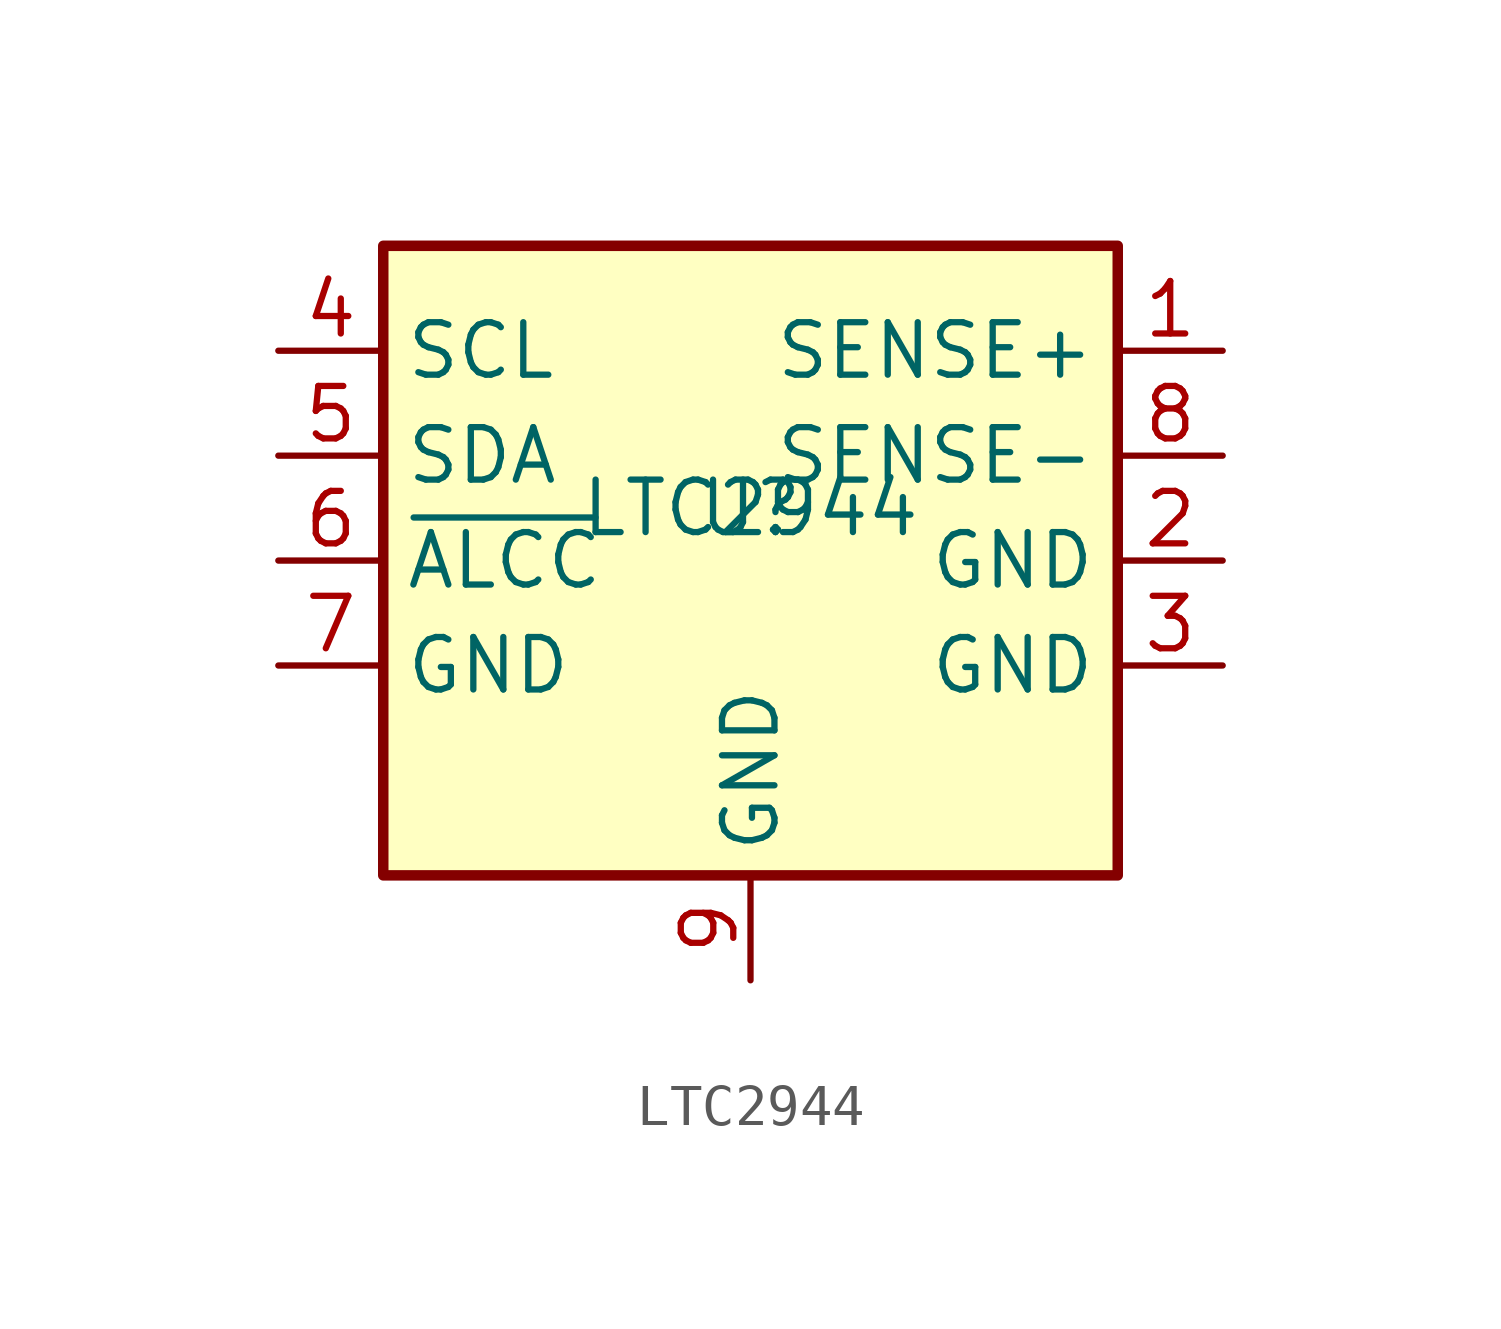
<source format=kicad_sym>
(kicad_symbol_lib
  (version 20231120)
  (generator "kicad_symbol_editor")
  (generator_version "8.0")
  (symbol "LTC2944"
    (property "Reference" "U"
      (at 0 0 0)
      (effects (font (size 1.27 1.27))))
    (property "Value" "LTC2944"
      (at 0 0 0)
      (effects (font (size 1.27 1.27))))
    (symbol "LTC2944_0_0"
      (pin power_in line (at 11.43 3.81 180) (length 2.54) (name "SENSE+" (effects (font (size 1.27 1.27)))) (number "1" (effects (font (size 1.27 1.27)))))
      (pin power_in line (at 11.43 -1.27 180) (length 2.54) (name "GND" (effects (font (size 1.27 1.27)))) (number "2" (effects (font (size 1.27 1.27)))))
      (pin power_in line (at 11.43 -3.81 180) (length 2.54) (name "GND" (effects (font (size 1.27 1.27)))) (number "3" (effects (font (size 1.27 1.27)))))
      (pin input line (at -11.43 3.81 0) (length 2.54) (name "SCL" (effects (font (size 1.27 1.27)))) (number "4" (effects (font (size 1.27 1.27)))))
      (pin bidirectional line (at -11.43 1.27 0) (length 2.54) (name "SDA" (effects (font (size 1.27 1.27)))) (number "5" (effects (font (size 1.27 1.27)))))
      (pin input line (at -11.43 -1.27 0) (length 2.54) (name "~{ALCC}" (effects (font (size 1.27 1.27)))) (number "6" (effects (font (size 1.27 1.27)))))
      (pin power_in line (at -11.43 -3.81 0) (length 2.54) (name "GND" (effects (font (size 1.27 1.27)))) (number "7" (effects (font (size 1.27 1.27)))))
      (pin passive line (at 11.43 1.27 180) (length 2.54) (name "SENSE-" (effects (font (size 1.27 1.27)))) (number "8" (effects (font (size 1.27 1.27)))))
      (pin power_in line (at 0 -11.43 90) (length 2.54) (name "GND" (effects (font (size 1.27 1.27)))) (number "9" (effects (font (size 1.27 1.27))))))
    (symbol "LTC2944_1_1"
      (rectangle (start -8.89 6.35) (end 8.89 -8.89) (stroke (width 0.254) (type default)) (fill (type background))))))
</source>
